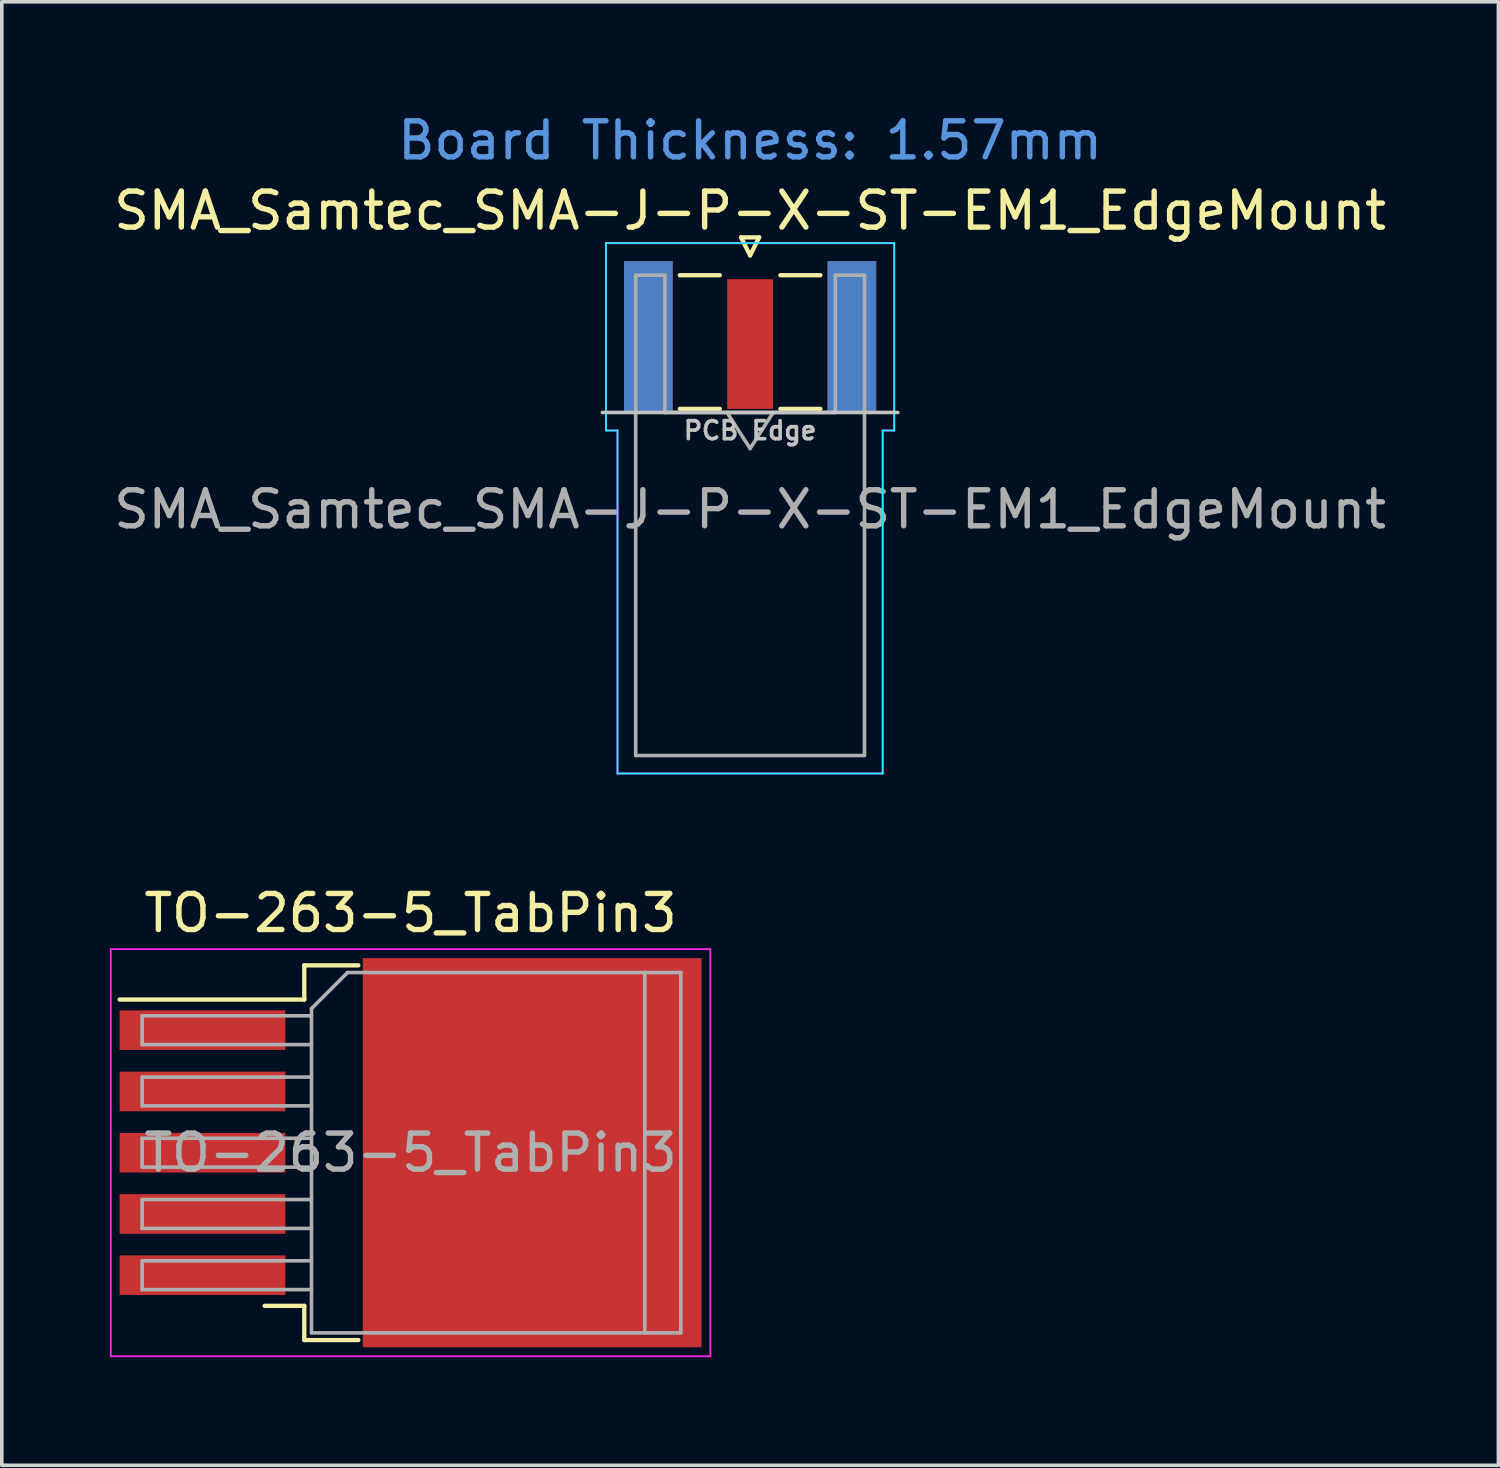
<source format=kicad_pcb>
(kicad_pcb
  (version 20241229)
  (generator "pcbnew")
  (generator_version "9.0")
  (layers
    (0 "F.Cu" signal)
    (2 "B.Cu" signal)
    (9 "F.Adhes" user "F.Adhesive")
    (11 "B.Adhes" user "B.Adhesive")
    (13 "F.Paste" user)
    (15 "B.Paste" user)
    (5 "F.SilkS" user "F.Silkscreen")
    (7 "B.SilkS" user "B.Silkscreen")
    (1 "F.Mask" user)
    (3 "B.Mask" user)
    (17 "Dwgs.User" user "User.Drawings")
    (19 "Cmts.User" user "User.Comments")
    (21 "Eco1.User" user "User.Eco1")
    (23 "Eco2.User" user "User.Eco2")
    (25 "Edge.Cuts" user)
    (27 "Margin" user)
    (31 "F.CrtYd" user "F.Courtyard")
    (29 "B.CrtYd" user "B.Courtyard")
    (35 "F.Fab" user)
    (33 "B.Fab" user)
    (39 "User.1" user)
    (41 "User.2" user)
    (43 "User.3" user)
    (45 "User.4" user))
  (footprint "TO-263-5_TabPin3"
    (layer "F.Cu")
    (at 8.345 28.942)
    (property "Reference" "TO-263-5_TabPin3" (at 0 -6.65 0) (layer "F.SilkS") (effects (font (size 1 1) (thickness 0.15))))
    (attr smd)
    (fp_line (start -2.95 -5.2) (end -2.95 -4.25) (stroke (width 0.12) (type solid)) (layer "F.SilkS"))
    (fp_line (start -2.95 -4.25) (end -8.075 -4.25) (stroke (width 0.12) (type solid)) (layer "F.SilkS"))
    (fp_line (start -2.95 4.25) (end -4.05 4.25) (stroke (width 0.12) (type solid)) (layer "F.SilkS"))
    (fp_line (start -2.95 5.2) (end -2.95 4.25) (stroke (width 0.12) (type solid)) (layer "F.SilkS"))
    (fp_line (start -1.45 -5.2) (end -2.95 -5.2) (stroke (width 0.12) (type solid)) (layer "F.SilkS"))
    (fp_line (start -1.45 5.2) (end -2.95 5.2) (stroke (width 0.12) (type solid)) (layer "F.SilkS"))
    (fp_line (start -8.32 -5.65) (end -8.32 5.65) (stroke (width 0.05) (type solid)) (layer "F.CrtYd"))
    (fp_line (start -8.32 5.65) (end 8.32 5.65) (stroke (width 0.05) (type solid)) (layer "F.CrtYd"))
    (fp_line (start 8.32 -5.65) (end -8.32 -5.65) (stroke (width 0.05) (type solid)) (layer "F.CrtYd"))
    (fp_line (start 8.32 5.65) (end 8.32 -5.65) (stroke (width 0.05) (type solid)) (layer "F.CrtYd"))
    (fp_line (start -7.45 -3.8) (end -7.45 -3) (stroke (width 0.1) (type solid)) (layer "F.Fab"))
    (fp_line (start -7.45 -3) (end -2.75 -3) (stroke (width 0.1) (type solid)) (layer "F.Fab"))
    (fp_line (start -7.45 -2.1) (end -7.45 -1.3) (stroke (width 0.1) (type solid)) (layer "F.Fab"))
    (fp_line (start -7.45 -1.3) (end -2.75 -1.3) (stroke (width 0.1) (type solid)) (layer "F.Fab"))
    (fp_line (start -7.45 -0.4) (end -7.45 0.4) (stroke (width 0.1) (type solid)) (layer "F.Fab"))
    (fp_line (start -7.45 0.4) (end -2.75 0.4) (stroke (width 0.1) (type solid)) (layer "F.Fab"))
    (fp_line (start -7.45 1.3) (end -7.45 2.1) (stroke (width 0.1) (type solid)) (layer "F.Fab"))
    (fp_line (start -7.45 2.1) (end -2.75 2.1) (stroke (width 0.1) (type solid)) (layer "F.Fab"))
    (fp_line (start -7.45 3) (end -7.45 3.8) (stroke (width 0.1) (type solid)) (layer "F.Fab"))
    (fp_line (start -7.45 3.8) (end -2.75 3.8) (stroke (width 0.1) (type solid)) (layer "F.Fab"))
    (fp_line (start -2.75 -4) (end -1.75 -5) (stroke (width 0.1) (type solid)) (layer "F.Fab"))
    (fp_line (start -2.75 -3.8) (end -7.45 -3.8) (stroke (width 0.1) (type solid)) (layer "F.Fab"))
    (fp_line (start -2.75 -2.1) (end -7.45 -2.1) (stroke (width 0.1) (type solid)) (layer "F.Fab"))
    (fp_line (start -2.75 -0.4) (end -7.45 -0.4) (stroke (width 0.1) (type solid)) (layer "F.Fab"))
    (fp_line (start -2.75 1.3) (end -7.45 1.3) (stroke (width 0.1) (type solid)) (layer "F.Fab"))
    (fp_line (start -2.75 3) (end -7.45 3) (stroke (width 0.1) (type solid)) (layer "F.Fab"))
    (fp_line (start -2.75 5) (end -2.75 -4) (stroke (width 0.1) (type solid)) (layer "F.Fab"))
    (fp_line (start -1.75 -5) (end 6.5 -5) (stroke (width 0.1) (type solid)) (layer "F.Fab"))
    (fp_line (start 6.5 -5) (end 6.5 5) (stroke (width 0.1) (type solid)) (layer "F.Fab"))
    (fp_line (start 6.5 -5) (end 7.5 -5) (stroke (width 0.1) (type solid)) (layer "F.Fab"))
    (fp_line (start 6.5 5) (end -2.75 5) (stroke (width 0.1) (type solid)) (layer "F.Fab"))
    (fp_line (start 7.5 -5) (end 7.5 5) (stroke (width 0.1) (type solid)) (layer "F.Fab"))
    (fp_line (start 7.5 5) (end 6.5 5) (stroke (width 0.1) (type solid)) (layer "F.Fab"))
    (fp_text user "${REFERENCE}" (at 0 0 0) (layer "F.Fab") (effects (font (size 1 1) (thickness 0.15))))
    (pad "" smd rect (at 0.95 -2.775) (size 4.55 5.25) (layers "F.Paste"))
    (pad "" smd rect (at 0.95 2.775) (size 4.55 5.25) (layers "F.Paste"))
    (pad "" smd rect (at 5.8 -2.775) (size 4.55 5.25) (layers "F.Paste"))
    (pad "" smd rect (at 5.8 2.775) (size 4.55 5.25) (layers "F.Paste"))
    (pad "1" smd rect (at -5.775 -3.4) (size 4.6 1.1) (layers "F.Cu" "F.Mask" "F.Paste"))
    (pad "2" smd rect (at -5.775 -1.7) (size 4.6 1.1) (layers "F.Cu" "F.Mask" "F.Paste"))
    (pad "3" smd rect (at -5.775 0) (size 4.6 1.1) (layers "F.Cu" "F.Mask" "F.Paste"))
    (pad "3" smd rect (at 3.375 0) (size 9.4 10.8) (layers "F.Cu" "F.Mask"))
    (pad "4" smd rect (at -5.775 1.7) (size 4.6 1.1) (layers "F.Cu" "F.Mask" "F.Paste"))
    (pad "5" smd rect (at -5.775 3.4) (size 4.6 1.1) (layers "F.Cu" "F.Mask" "F.Paste")))
  (footprint "SMA_Samtec_SMA-J-P-X-ST-EM1_EdgeMount"
    (layer "F.Cu")
    (at 17.768 6.298)
    (property "Reference" "SMA_Samtec_SMA-J-P-X-ST-EM1_EdgeMount" (at 0 -3.5 0) (layer "F.SilkS") (effects (font (size 1 1) (thickness 0.15))))
    (attr smd)
    (fp_line (start -1.95 -1.71) (end -0.84 -1.71) (stroke (width 0.12) (type solid)) (layer "F.SilkS"))
    (fp_line (start -1.95 2) (end -0.84 2) (stroke (width 0.12) (type solid)) (layer "F.SilkS"))
    (fp_line (start -0.25 -2.76) (end 0 -2.26) (stroke (width 0.12) (type solid)) (layer "F.SilkS"))
    (fp_line (start 0 -2.26) (end 0.25 -2.76) (stroke (width 0.12) (type solid)) (layer "F.SilkS"))
    (fp_line (start 0.25 -2.76) (end -0.25 -2.76) (stroke (width 0.12) (type solid)) (layer "F.SilkS"))
    (fp_line (start 0.84 -1.71) (end 1.95 -1.71) (stroke (width 0.12) (type solid)) (layer "F.SilkS"))
    (fp_line (start 0.84 2) (end 1.95 2) (stroke (width 0.12) (type solid)) (layer "F.SilkS"))
    (fp_line (start 4.1 2.1) (end -4.1 2.1) (stroke (width 0.1) (type solid)) (layer "Dwgs.User"))
    (fp_line (start -4 -2.6) (end 4 -2.6) (stroke (width 0.05) (type solid)) (layer "B.CrtYd"))
    (fp_line (start -4 2.6) (end -4 -2.6) (stroke (width 0.05) (type solid)) (layer "B.CrtYd"))
    (fp_line (start -3.68 2.6) (end -4 2.6) (stroke (width 0.05) (type solid)) (layer "B.CrtYd"))
    (fp_line (start -3.68 12.12) (end -3.68 2.6) (stroke (width 0.05) (type solid)) (layer "B.CrtYd"))
    (fp_line (start 3.68 2.6) (end 3.68 12.12) (stroke (width 0.05) (type solid)) (layer "B.CrtYd"))
    (fp_line (start 3.68 12.12) (end -3.68 12.12) (stroke (width 0.05) (type solid)) (layer "B.CrtYd"))
    (fp_line (start 4 2.6) (end 3.68 2.6) (stroke (width 0.05) (type solid)) (layer "B.CrtYd"))
    (fp_line (start 4 2.6) (end 4 -2.6) (stroke (width 0.05) (type solid)) (layer "B.CrtYd"))
    (fp_line (start -4 -2.6) (end 4 -2.6) (stroke (width 0.05) (type solid)) (layer "F.CrtYd"))
    (fp_line (start -4 2.6) (end -4 -2.6) (stroke (width 0.05) (type solid)) (layer "F.CrtYd"))
    (fp_line (start -3.68 2.6) (end -4 2.6) (stroke (width 0.05) (type solid)) (layer "F.CrtYd"))
    (fp_line (start -3.68 12.12) (end -3.68 2.6) (stroke (width 0.05) (type solid)) (layer "F.CrtYd"))
    (fp_line (start 3.68 2.6) (end 3.68 12.12) (stroke (width 0.05) (type solid)) (layer "F.CrtYd"))
    (fp_line (start 3.68 2.6) (end 4 2.6) (stroke (width 0.05) (type solid)) (layer "F.CrtYd"))
    (fp_line (start 3.68 12.12) (end -3.68 12.12) (stroke (width 0.05) (type solid)) (layer "F.CrtYd"))
    (fp_line (start 4 2.6) (end 4 -2.6) (stroke (width 0.05) (type solid)) (layer "F.CrtYd"))
    (fp_line (start -3.175 -1.71) (end -3.175 11.62) (stroke (width 0.1) (type solid)) (layer "F.Fab"))
    (fp_line (start -2.365 -1.71) (end -3.175 -1.71) (stroke (width 0.1) (type solid)) (layer "F.Fab"))
    (fp_line (start -2.365 2.1) (end -2.365 -1.71) (stroke (width 0.1) (type solid)) (layer "F.Fab"))
    (fp_line (start 0 3.1) (end -0.64 2.1) (stroke (width 0.1) (type solid)) (layer "F.Fab"))
    (fp_line (start 0.64 2.1) (end 0 3.1) (stroke (width 0.1) (type solid)) (layer "F.Fab"))
    (fp_line (start 2.365 -1.71) (end 2.365 2.1) (stroke (width 0.1) (type solid)) (layer "F.Fab"))
    (fp_line (start 2.365 2.1) (end -2.365 2.1) (stroke (width 0.1) (type solid)) (layer "F.Fab"))
    (fp_line (start 3.165 11.62) (end -3.165 11.62) (stroke (width 0.1) (type solid)) (layer "F.Fab"))
    (fp_line (start 3.175 -1.71) (end 2.365 -1.71) (stroke (width 0.1) (type solid)) (layer "F.Fab"))
    (fp_line (start 3.175 -1.71) (end 3.175 11.62) (stroke (width 0.1) (type solid)) (layer "F.Fab"))
    (fp_text user "PCB Edge" (at 0 2.6 0) (layer "Dwgs.User") (effects (font (size 0.5 0.5) (thickness 0.1))))
    (fp_text user "Board Thickness: 1.57mm" (at 0 -5.45 0) (layer "Cmts.User") (effects (font (size 1 1) (thickness 0.15))))
    (fp_text user "${REFERENCE}" (at 0 4.79 180) (layer "F.Fab") (effects (font (size 1 1) (thickness 0.15))))
    (pad "1" smd rect (at 0 0.2) (size 1.27 3.6) (layers "F.Cu" "F.Mask" "F.Paste"))
    (pad "2" smd rect (at -2.825 0) (size 1.35 4.2) (layers "F.Cu" "F.Mask" "F.Paste"))
    (pad "2" smd rect (at -2.825 0) (size 1.35 4.2) (layers "B.Cu" "B.Mask" "B.Paste"))
    (pad "2" smd rect (at 2.825 0) (size 1.35 4.2) (layers "F.Cu" "F.Mask" "F.Paste"))
    (pad "2" smd rect (at 2.825 0) (size 1.35 4.2) (layers "B.Cu" "B.Mask" "B.Paste")))
  (gr_rect
    (start -3 -3)
    (end 38.536 37.617)
    (stroke (width 0.1) (type default))
    (fill no)
    (layer "Edge.Cuts")))
</source>
